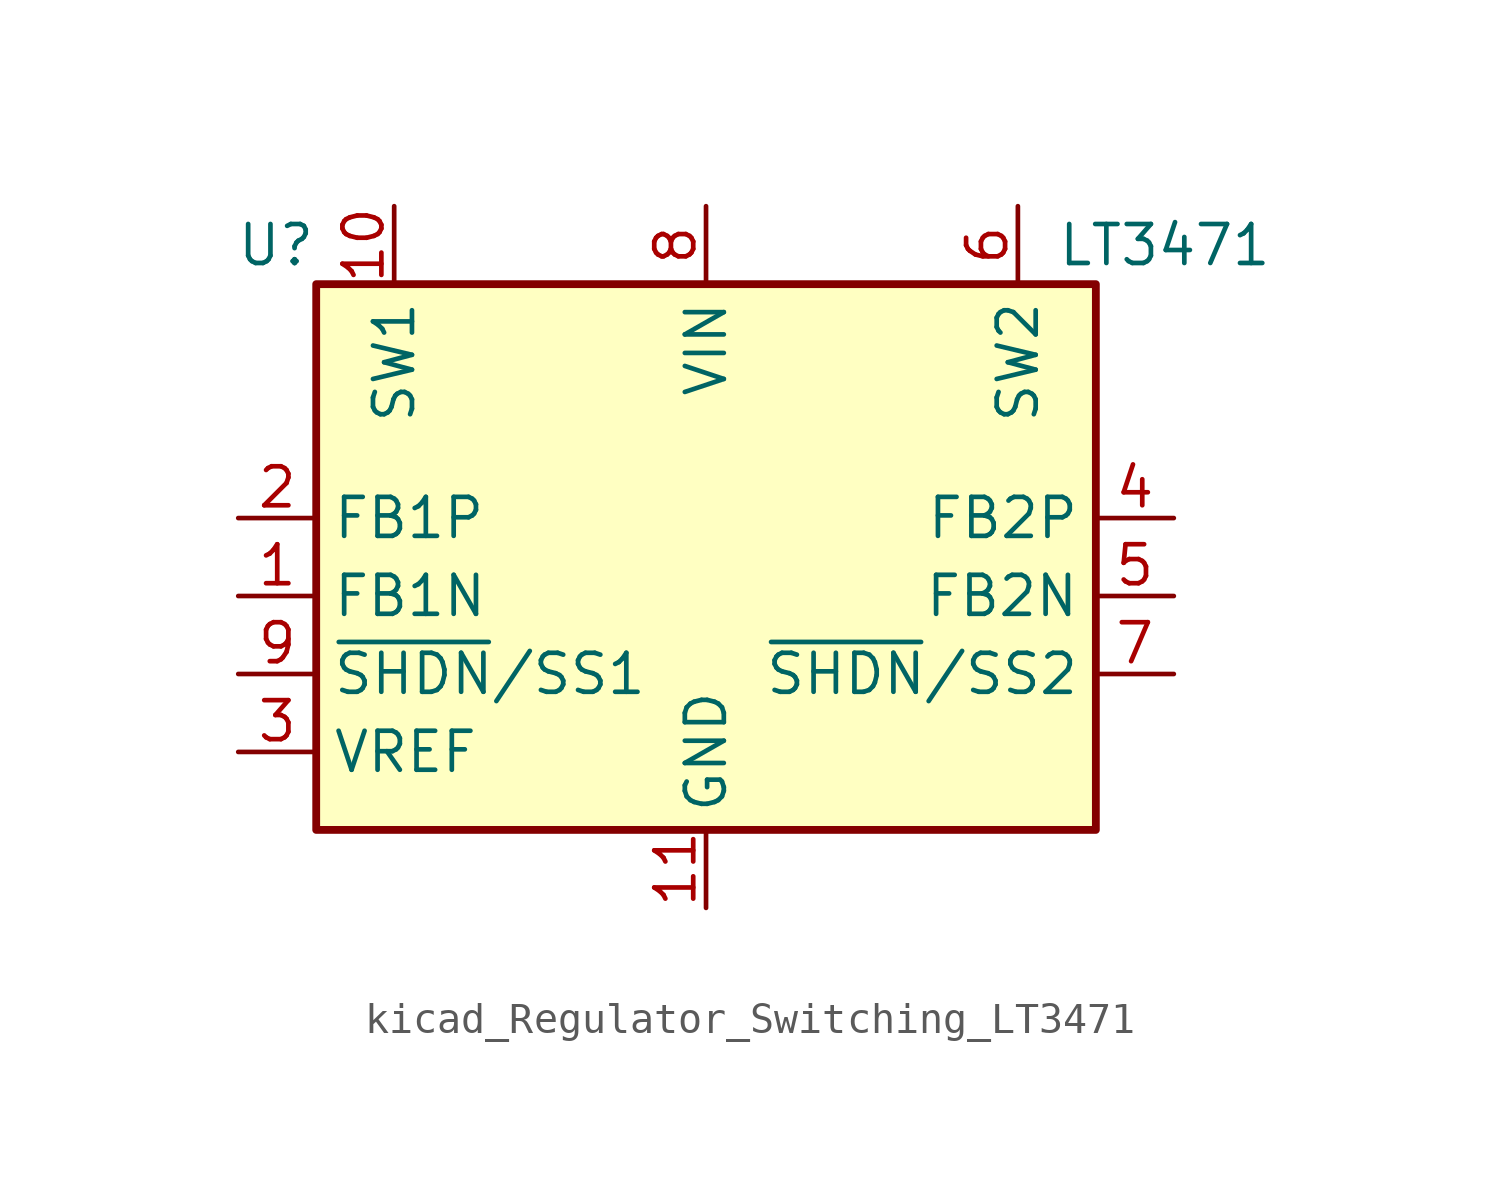
<source format=kicad_sym>
(kicad_symbol_lib
  (version 20220914)
  (generator kicad_symbol_editor)
  (symbol "kicad_Regulator_Switching_LT3471"
    (property "Reference" "U"
      (at -12.7 11.43 0)
      (effects (font (size 1.27 1.27)) (justify right)))
    (property "Value" "LT3471"
      (at 11.43 11.43 0)
      (effects (font (size 1.27 1.27)) (justify left)))
    (symbol "kicad_Regulator_Switching_LT3471_0_1"
      (rectangle (start -12.7 10.16) (end 12.7 -7.62) (stroke (width 0.254) (type default)) (fill (type background))))
    (symbol "kicad_Regulator_Switching_LT3471_1_1"
      (pin input line (at -15.24 0 0) (length 2.54) (name "FB1N" (effects (font (size 1.27 1.27)))) (number "1" (effects (font (size 1.27 1.27)))))
      (pin passive line (at -10.16 12.7 270) (length 2.54) (name "SW1" (effects (font (size 1.27 1.27)))) (number "10" (effects (font (size 1.27 1.27)))))
      (pin power_in line (at 0 -10.16 90) (length 2.54) (name "GND" (effects (font (size 1.27 1.27)))) (number "11" (effects (font (size 1.27 1.27)))))
      (pin input line (at -15.24 2.54 0) (length 2.54) (name "FB1P" (effects (font (size 1.27 1.27)))) (number "2" (effects (font (size 1.27 1.27)))))
      (pin power_out line (at -15.24 -5.08 0) (length 2.54) (name "VREF" (effects (font (size 1.27 1.27)))) (number "3" (effects (font (size 1.27 1.27)))))
      (pin input line (at 15.24 2.54 180) (length 2.54) (name "FB2P" (effects (font (size 1.27 1.27)))) (number "4" (effects (font (size 1.27 1.27)))))
      (pin input line (at 15.24 0 180) (length 2.54) (name "FB2N" (effects (font (size 1.27 1.27)))) (number "5" (effects (font (size 1.27 1.27)))))
      (pin passive line (at 10.16 12.7 270) (length 2.54) (name "SW2" (effects (font (size 1.27 1.27)))) (number "6" (effects (font (size 1.27 1.27)))))
      (pin input line (at 15.24 -2.54 180) (length 2.54) (name "~{SHDN}/SS2" (effects (font (size 1.27 1.27)))) (number "7" (effects (font (size 1.27 1.27)))))
      (pin power_in line (at 0 12.7 270) (length 2.54) (name "VIN" (effects (font (size 1.27 1.27)))) (number "8" (effects (font (size 1.27 1.27)))))
      (pin input line (at -15.24 -2.54 0) (length 2.54) (name "~{SHDN}/SS1" (effects (font (size 1.27 1.27)))) (number "9" (effects (font (size 1.27 1.27))))))))
</source>
